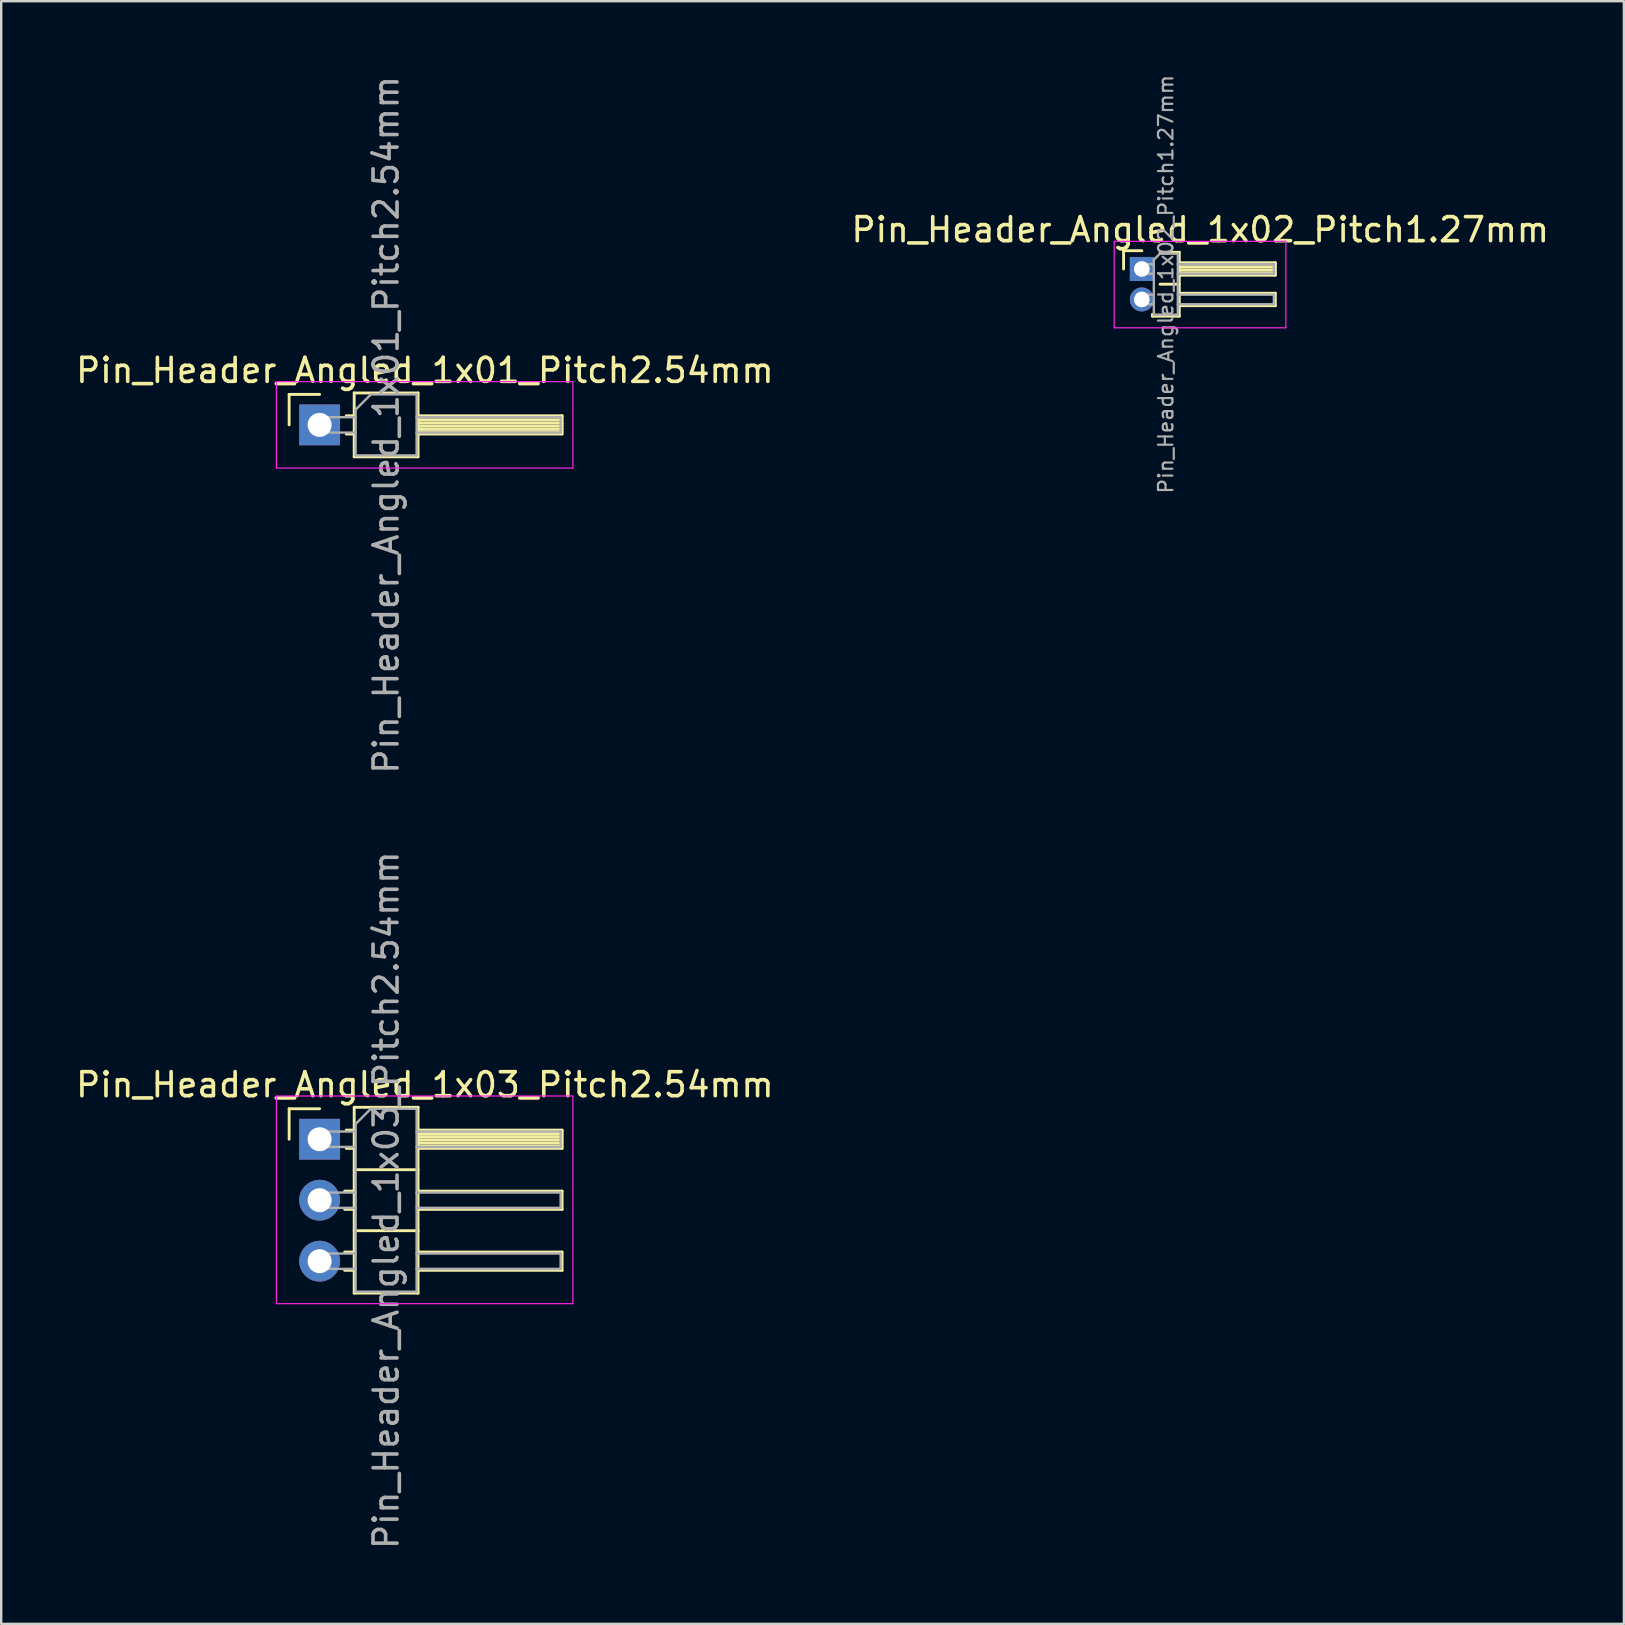
<source format=kicad_pcb>
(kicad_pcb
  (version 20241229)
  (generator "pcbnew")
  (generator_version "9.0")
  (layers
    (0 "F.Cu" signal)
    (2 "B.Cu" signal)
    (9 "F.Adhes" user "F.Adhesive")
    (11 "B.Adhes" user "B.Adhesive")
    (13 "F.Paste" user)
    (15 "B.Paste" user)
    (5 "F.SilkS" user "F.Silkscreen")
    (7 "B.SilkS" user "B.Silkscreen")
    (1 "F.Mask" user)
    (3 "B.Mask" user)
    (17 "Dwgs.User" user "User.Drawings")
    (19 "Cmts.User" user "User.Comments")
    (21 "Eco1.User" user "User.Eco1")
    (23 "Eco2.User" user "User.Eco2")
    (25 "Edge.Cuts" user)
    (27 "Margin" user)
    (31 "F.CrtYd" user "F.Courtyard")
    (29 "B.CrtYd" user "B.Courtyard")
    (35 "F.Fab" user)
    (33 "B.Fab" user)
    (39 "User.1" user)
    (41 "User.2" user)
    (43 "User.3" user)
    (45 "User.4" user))
  (footprint "Pin_Header_Angled_1x02_Pitch1.27mm"
    (layer "F.Cu")
    (at 44.514 8.154)
    (property "Reference" "Pin_Header_Angled_1x02_Pitch1.27mm" (at 2.433 -1.635 0) (layer "F.SilkS") (effects (font (size 1 1) (thickness 0.15))))
    (attr through_hole)
    (fp_line (start -0.76 -0.76) (end 0 -0.76) (stroke (width 0.12) (type solid)) (layer "F.SilkS"))
    (fp_line (start -0.76 0) (end -0.76 -0.76) (stroke (width 0.12) (type solid)) (layer "F.SilkS"))
    (fp_line (start 0.44 1.965) (end 0.44 1.89) (stroke (width 0.12) (type solid)) (layer "F.SilkS"))
    (fp_line (start 0.76 -0.695) (end 1.56 -0.695) (stroke (width 0.12) (type solid)) (layer "F.SilkS"))
    (fp_line (start 0.76 0.635) (end 1.56 0.635) (stroke (width 0.12) (type solid)) (layer "F.SilkS"))
    (fp_line (start 1.56 -0.695) (end 1.56 1.965) (stroke (width 0.12) (type solid)) (layer "F.SilkS"))
    (fp_line (start 1.56 -0.26) (end 5.56 -0.26) (stroke (width 0.12) (type solid)) (layer "F.SilkS"))
    (fp_line (start 1.56 -0.2) (end 5.56 -0.2) (stroke (width 0.12) (type solid)) (layer "F.SilkS"))
    (fp_line (start 1.56 -0.08) (end 5.56 -0.08) (stroke (width 0.12) (type solid)) (layer "F.SilkS"))
    (fp_line (start 1.56 0.04) (end 5.56 0.04) (stroke (width 0.12) (type solid)) (layer "F.SilkS"))
    (fp_line (start 1.56 0.16) (end 5.56 0.16) (stroke (width 0.12) (type solid)) (layer "F.SilkS"))
    (fp_line (start 1.56 1.01) (end 5.56 1.01) (stroke (width 0.12) (type solid)) (layer "F.SilkS"))
    (fp_line (start 1.56 1.965) (end 0.44 1.965) (stroke (width 0.12) (type solid)) (layer "F.SilkS"))
    (fp_line (start 5.56 -0.26) (end 5.56 0.26) (stroke (width 0.12) (type solid)) (layer "F.SilkS"))
    (fp_line (start 5.56 0.26) (end 1.56 0.26) (stroke (width 0.12) (type solid)) (layer "F.SilkS"))
    (fp_line (start 5.56 1.01) (end 5.56 1.53) (stroke (width 0.12) (type solid)) (layer "F.SilkS"))
    (fp_line (start 5.56 1.53) (end 1.56 1.53) (stroke (width 0.12) (type solid)) (layer "F.SilkS"))
    (fp_line (start -1.15 -1.15) (end -1.15 2.45) (stroke (width 0.05) (type solid)) (layer "F.CrtYd"))
    (fp_line (start -1.15 2.45) (end 6 2.45) (stroke (width 0.05) (type solid)) (layer "F.CrtYd"))
    (fp_line (start 6 -1.15) (end -1.15 -1.15) (stroke (width 0.05) (type solid)) (layer "F.CrtYd"))
    (fp_line (start 6 2.45) (end 6 -1.15) (stroke (width 0.05) (type solid)) (layer "F.CrtYd"))
    (fp_line (start -0.2 -0.2) (end -0.2 0.2) (stroke (width 0.1) (type solid)) (layer "F.Fab"))
    (fp_line (start -0.2 -0.2) (end 0.5 -0.2) (stroke (width 0.1) (type solid)) (layer "F.Fab"))
    (fp_line (start -0.2 0.2) (end 0.5 0.2) (stroke (width 0.1) (type solid)) (layer "F.Fab"))
    (fp_line (start -0.2 1.07) (end -0.2 1.47) (stroke (width 0.1) (type solid)) (layer "F.Fab"))
    (fp_line (start -0.2 1.07) (end 0.5 1.07) (stroke (width 0.1) (type solid)) (layer "F.Fab"))
    (fp_line (start -0.2 1.47) (end 0.5 1.47) (stroke (width 0.1) (type solid)) (layer "F.Fab"))
    (fp_line (start 0.5 -0.385) (end 0.75 -0.635) (stroke (width 0.1) (type solid)) (layer "F.Fab"))
    (fp_line (start 0.5 1.905) (end 0.5 -0.385) (stroke (width 0.1) (type solid)) (layer "F.Fab"))
    (fp_line (start 0.75 -0.635) (end 1.5 -0.635) (stroke (width 0.1) (type solid)) (layer "F.Fab"))
    (fp_line (start 1.5 -0.635) (end 1.5 1.905) (stroke (width 0.1) (type solid)) (layer "F.Fab"))
    (fp_line (start 1.5 -0.2) (end 5.5 -0.2) (stroke (width 0.1) (type solid)) (layer "F.Fab"))
    (fp_line (start 1.5 0.2) (end 5.5 0.2) (stroke (width 0.1) (type solid)) (layer "F.Fab"))
    (fp_line (start 1.5 1.07) (end 5.5 1.07) (stroke (width 0.1) (type solid)) (layer "F.Fab"))
    (fp_line (start 1.5 1.47) (end 5.5 1.47) (stroke (width 0.1) (type solid)) (layer "F.Fab"))
    (fp_line (start 1.5 1.905) (end 0.5 1.905) (stroke (width 0.1) (type solid)) (layer "F.Fab"))
    (fp_line (start 5.5 -0.2) (end 5.5 0.2) (stroke (width 0.1) (type solid)) (layer "F.Fab"))
    (fp_line (start 5.5 1.07) (end 5.5 1.47) (stroke (width 0.1) (type solid)) (layer "F.Fab"))
    (fp_text user "${REFERENCE}" (at 1 0.635 90) (layer "F.Fab") (effects (font (size 0.6 0.6) (thickness 0.09))))
    (pad "1" thru_hole rect (at 0 0) (size 1 1) (drill 0.65) (layers "*.Cu" "*.Mask"))
    (pad "2" thru_hole oval (at 0 1.27) (size 1 1) (drill 0.65) (layers "*.Cu" "*.Mask")))
  (footprint "Pin_Header_Angled_1x01_Pitch2.54mm"
    (layer "F.Cu")
    (at 10.264 14.649)
    (property "Reference" "Pin_Header_Angled_1x01_Pitch2.54mm" (at 4.385 -2.27 0) (layer "F.SilkS") (effects (font (size 1 1) (thickness 0.15))))
    (attr through_hole)
    (fp_line (start -1.27 -1.27) (end 0 -1.27) (stroke (width 0.12) (type solid)) (layer "F.SilkS"))
    (fp_line (start -1.27 0) (end -1.27 -1.27) (stroke (width 0.12) (type solid)) (layer "F.SilkS"))
    (fp_line (start 1.11 -0.38) (end 1.44 -0.38) (stroke (width 0.12) (type solid)) (layer "F.SilkS"))
    (fp_line (start 1.11 0.38) (end 1.44 0.38) (stroke (width 0.12) (type solid)) (layer "F.SilkS"))
    (fp_line (start 1.44 -1.33) (end 1.44 1.33) (stroke (width 0.12) (type solid)) (layer "F.SilkS"))
    (fp_line (start 1.44 1.33) (end 4.1 1.33) (stroke (width 0.12) (type solid)) (layer "F.SilkS"))
    (fp_line (start 4.1 -1.33) (end 1.44 -1.33) (stroke (width 0.12) (type solid)) (layer "F.SilkS"))
    (fp_line (start 4.1 -0.38) (end 10.1 -0.38) (stroke (width 0.12) (type solid)) (layer "F.SilkS"))
    (fp_line (start 4.1 -0.32) (end 10.1 -0.32) (stroke (width 0.12) (type solid)) (layer "F.SilkS"))
    (fp_line (start 4.1 -0.2) (end 10.1 -0.2) (stroke (width 0.12) (type solid)) (layer "F.SilkS"))
    (fp_line (start 4.1 -0.08) (end 10.1 -0.08) (stroke (width 0.12) (type solid)) (layer "F.SilkS"))
    (fp_line (start 4.1 0.04) (end 10.1 0.04) (stroke (width 0.12) (type solid)) (layer "F.SilkS"))
    (fp_line (start 4.1 0.16) (end 10.1 0.16) (stroke (width 0.12) (type solid)) (layer "F.SilkS"))
    (fp_line (start 4.1 0.28) (end 10.1 0.28) (stroke (width 0.12) (type solid)) (layer "F.SilkS"))
    (fp_line (start 4.1 1.33) (end 4.1 -1.33) (stroke (width 0.12) (type solid)) (layer "F.SilkS"))
    (fp_line (start 10.1 -0.38) (end 10.1 0.38) (stroke (width 0.12) (type solid)) (layer "F.SilkS"))
    (fp_line (start 10.1 0.38) (end 4.1 0.38) (stroke (width 0.12) (type solid)) (layer "F.SilkS"))
    (fp_line (start -1.8 -1.8) (end -1.8 1.8) (stroke (width 0.05) (type solid)) (layer "F.CrtYd"))
    (fp_line (start -1.8 1.8) (end 10.55 1.8) (stroke (width 0.05) (type solid)) (layer "F.CrtYd"))
    (fp_line (start 10.55 -1.8) (end -1.8 -1.8) (stroke (width 0.05) (type solid)) (layer "F.CrtYd"))
    (fp_line (start 10.55 1.8) (end 10.55 -1.8) (stroke (width 0.05) (type solid)) (layer "F.CrtYd"))
    (fp_line (start -0.32 -0.32) (end -0.32 0.32) (stroke (width 0.1) (type solid)) (layer "F.Fab"))
    (fp_line (start -0.32 -0.32) (end 1.5 -0.32) (stroke (width 0.1) (type solid)) (layer "F.Fab"))
    (fp_line (start -0.32 0.32) (end 1.5 0.32) (stroke (width 0.1) (type solid)) (layer "F.Fab"))
    (fp_line (start 1.5 -0.635) (end 2.135 -1.27) (stroke (width 0.1) (type solid)) (layer "F.Fab"))
    (fp_line (start 1.5 1.27) (end 1.5 -0.635) (stroke (width 0.1) (type solid)) (layer "F.Fab"))
    (fp_line (start 2.135 -1.27) (end 4.04 -1.27) (stroke (width 0.1) (type solid)) (layer "F.Fab"))
    (fp_line (start 4.04 -1.27) (end 4.04 1.27) (stroke (width 0.1) (type solid)) (layer "F.Fab"))
    (fp_line (start 4.04 -0.32) (end 10.04 -0.32) (stroke (width 0.1) (type solid)) (layer "F.Fab"))
    (fp_line (start 4.04 0.32) (end 10.04 0.32) (stroke (width 0.1) (type solid)) (layer "F.Fab"))
    (fp_line (start 4.04 1.27) (end 1.5 1.27) (stroke (width 0.1) (type solid)) (layer "F.Fab"))
    (fp_line (start 10.04 -0.32) (end 10.04 0.32) (stroke (width 0.1) (type solid)) (layer "F.Fab"))
    (fp_text user "${REFERENCE}" (at 2.77 0 90) (layer "F.Fab") (effects (font (size 1 1) (thickness 0.15))))
    (pad "1" thru_hole rect (at 0 0) (size 1.7 1.7) (drill 1) (layers "*.Cu" "*.Mask")))
  (footprint "Pin_Header_Angled_1x03_Pitch2.54mm"
    (layer "F.Cu")
    (at 10.264 44.406)
    (property "Reference" "Pin_Header_Angled_1x03_Pitch2.54mm" (at 4.385 -2.27 0) (layer "F.SilkS") (effects (font (size 1 1) (thickness 0.15))))
    (attr through_hole)
    (fp_line (start -1.27 -1.27) (end 0 -1.27) (stroke (width 0.12) (type solid)) (layer "F.SilkS"))
    (fp_line (start -1.27 0) (end -1.27 -1.27) (stroke (width 0.12) (type solid)) (layer "F.SilkS"))
    (fp_line (start 1.043 2.16) (end 1.44 2.16) (stroke (width 0.12) (type solid)) (layer "F.SilkS"))
    (fp_line (start 1.043 2.92) (end 1.44 2.92) (stroke (width 0.12) (type solid)) (layer "F.SilkS"))
    (fp_line (start 1.043 4.7) (end 1.44 4.7) (stroke (width 0.12) (type solid)) (layer "F.SilkS"))
    (fp_line (start 1.043 5.46) (end 1.44 5.46) (stroke (width 0.12) (type solid)) (layer "F.SilkS"))
    (fp_line (start 1.11 -0.38) (end 1.44 -0.38) (stroke (width 0.12) (type solid)) (layer "F.SilkS"))
    (fp_line (start 1.11 0.38) (end 1.44 0.38) (stroke (width 0.12) (type solid)) (layer "F.SilkS"))
    (fp_line (start 1.44 -1.33) (end 1.44 6.41) (stroke (width 0.12) (type solid)) (layer "F.SilkS"))
    (fp_line (start 1.44 1.27) (end 4.1 1.27) (stroke (width 0.12) (type solid)) (layer "F.SilkS"))
    (fp_line (start 1.44 3.81) (end 4.1 3.81) (stroke (width 0.12) (type solid)) (layer "F.SilkS"))
    (fp_line (start 1.44 6.41) (end 4.1 6.41) (stroke (width 0.12) (type solid)) (layer "F.SilkS"))
    (fp_line (start 4.1 -1.33) (end 1.44 -1.33) (stroke (width 0.12) (type solid)) (layer "F.SilkS"))
    (fp_line (start 4.1 -0.38) (end 10.1 -0.38) (stroke (width 0.12) (type solid)) (layer "F.SilkS"))
    (fp_line (start 4.1 -0.32) (end 10.1 -0.32) (stroke (width 0.12) (type solid)) (layer "F.SilkS"))
    (fp_line (start 4.1 -0.2) (end 10.1 -0.2) (stroke (width 0.12) (type solid)) (layer "F.SilkS"))
    (fp_line (start 4.1 -0.08) (end 10.1 -0.08) (stroke (width 0.12) (type solid)) (layer "F.SilkS"))
    (fp_line (start 4.1 0.04) (end 10.1 0.04) (stroke (width 0.12) (type solid)) (layer "F.SilkS"))
    (fp_line (start 4.1 0.16) (end 10.1 0.16) (stroke (width 0.12) (type solid)) (layer "F.SilkS"))
    (fp_line (start 4.1 0.28) (end 10.1 0.28) (stroke (width 0.12) (type solid)) (layer "F.SilkS"))
    (fp_line (start 4.1 2.16) (end 10.1 2.16) (stroke (width 0.12) (type solid)) (layer "F.SilkS"))
    (fp_line (start 4.1 4.7) (end 10.1 4.7) (stroke (width 0.12) (type solid)) (layer "F.SilkS"))
    (fp_line (start 4.1 6.41) (end 4.1 -1.33) (stroke (width 0.12) (type solid)) (layer "F.SilkS"))
    (fp_line (start 10.1 -0.38) (end 10.1 0.38) (stroke (width 0.12) (type solid)) (layer "F.SilkS"))
    (fp_line (start 10.1 0.38) (end 4.1 0.38) (stroke (width 0.12) (type solid)) (layer "F.SilkS"))
    (fp_line (start 10.1 2.16) (end 10.1 2.92) (stroke (width 0.12) (type solid)) (layer "F.SilkS"))
    (fp_line (start 10.1 2.92) (end 4.1 2.92) (stroke (width 0.12) (type solid)) (layer "F.SilkS"))
    (fp_line (start 10.1 4.7) (end 10.1 5.46) (stroke (width 0.12) (type solid)) (layer "F.SilkS"))
    (fp_line (start 10.1 5.46) (end 4.1 5.46) (stroke (width 0.12) (type solid)) (layer "F.SilkS"))
    (fp_line (start -1.8 -1.8) (end -1.8 6.85) (stroke (width 0.05) (type solid)) (layer "F.CrtYd"))
    (fp_line (start -1.8 6.85) (end 10.55 6.85) (stroke (width 0.05) (type solid)) (layer "F.CrtYd"))
    (fp_line (start 10.55 -1.8) (end -1.8 -1.8) (stroke (width 0.05) (type solid)) (layer "F.CrtYd"))
    (fp_line (start 10.55 6.85) (end 10.55 -1.8) (stroke (width 0.05) (type solid)) (layer "F.CrtYd"))
    (fp_line (start -0.32 -0.32) (end -0.32 0.32) (stroke (width 0.1) (type solid)) (layer "F.Fab"))
    (fp_line (start -0.32 -0.32) (end 1.5 -0.32) (stroke (width 0.1) (type solid)) (layer "F.Fab"))
    (fp_line (start -0.32 0.32) (end 1.5 0.32) (stroke (width 0.1) (type solid)) (layer "F.Fab"))
    (fp_line (start -0.32 2.22) (end -0.32 2.86) (stroke (width 0.1) (type solid)) (layer "F.Fab"))
    (fp_line (start -0.32 2.22) (end 1.5 2.22) (stroke (width 0.1) (type solid)) (layer "F.Fab"))
    (fp_line (start -0.32 2.86) (end 1.5 2.86) (stroke (width 0.1) (type solid)) (layer "F.Fab"))
    (fp_line (start -0.32 4.76) (end -0.32 5.4) (stroke (width 0.1) (type solid)) (layer "F.Fab"))
    (fp_line (start -0.32 4.76) (end 1.5 4.76) (stroke (width 0.1) (type solid)) (layer "F.Fab"))
    (fp_line (start -0.32 5.4) (end 1.5 5.4) (stroke (width 0.1) (type solid)) (layer "F.Fab"))
    (fp_line (start 1.5 -0.635) (end 2.135 -1.27) (stroke (width 0.1) (type solid)) (layer "F.Fab"))
    (fp_line (start 1.5 6.35) (end 1.5 -0.635) (stroke (width 0.1) (type solid)) (layer "F.Fab"))
    (fp_line (start 2.135 -1.27) (end 4.04 -1.27) (stroke (width 0.1) (type solid)) (layer "F.Fab"))
    (fp_line (start 4.04 -1.27) (end 4.04 6.35) (stroke (width 0.1) (type solid)) (layer "F.Fab"))
    (fp_line (start 4.04 -0.32) (end 10.04 -0.32) (stroke (width 0.1) (type solid)) (layer "F.Fab"))
    (fp_line (start 4.04 0.32) (end 10.04 0.32) (stroke (width 0.1) (type solid)) (layer "F.Fab"))
    (fp_line (start 4.04 2.22) (end 10.04 2.22) (stroke (width 0.1) (type solid)) (layer "F.Fab"))
    (fp_line (start 4.04 2.86) (end 10.04 2.86) (stroke (width 0.1) (type solid)) (layer "F.Fab"))
    (fp_line (start 4.04 4.76) (end 10.04 4.76) (stroke (width 0.1) (type solid)) (layer "F.Fab"))
    (fp_line (start 4.04 5.4) (end 10.04 5.4) (stroke (width 0.1) (type solid)) (layer "F.Fab"))
    (fp_line (start 4.04 6.35) (end 1.5 6.35) (stroke (width 0.1) (type solid)) (layer "F.Fab"))
    (fp_line (start 10.04 -0.32) (end 10.04 0.32) (stroke (width 0.1) (type solid)) (layer "F.Fab"))
    (fp_line (start 10.04 2.22) (end 10.04 2.86) (stroke (width 0.1) (type solid)) (layer "F.Fab"))
    (fp_line (start 10.04 4.76) (end 10.04 5.4) (stroke (width 0.1) (type solid)) (layer "F.Fab"))
    (fp_text user "${REFERENCE}" (at 2.77 2.54 90) (layer "F.Fab") (effects (font (size 1 1) (thickness 0.15))))
    (pad "1" thru_hole rect (at 0 0) (size 1.7 1.7) (drill 1) (layers "*.Cu" "*.Mask"))
    (pad "2" thru_hole oval (at 0 2.54) (size 1.7 1.7) (drill 1) (layers "*.Cu" "*.Mask"))
    (pad "3" thru_hole oval (at 0 5.08) (size 1.7 1.7) (drill 1) (layers "*.Cu" "*.Mask")))
  (gr_rect
    (start -3 -3)
    (end 64.595 64.595)
    (stroke (width 0.1) (type default))
    (fill no)
    (layer "Edge.Cuts")))
</source>
